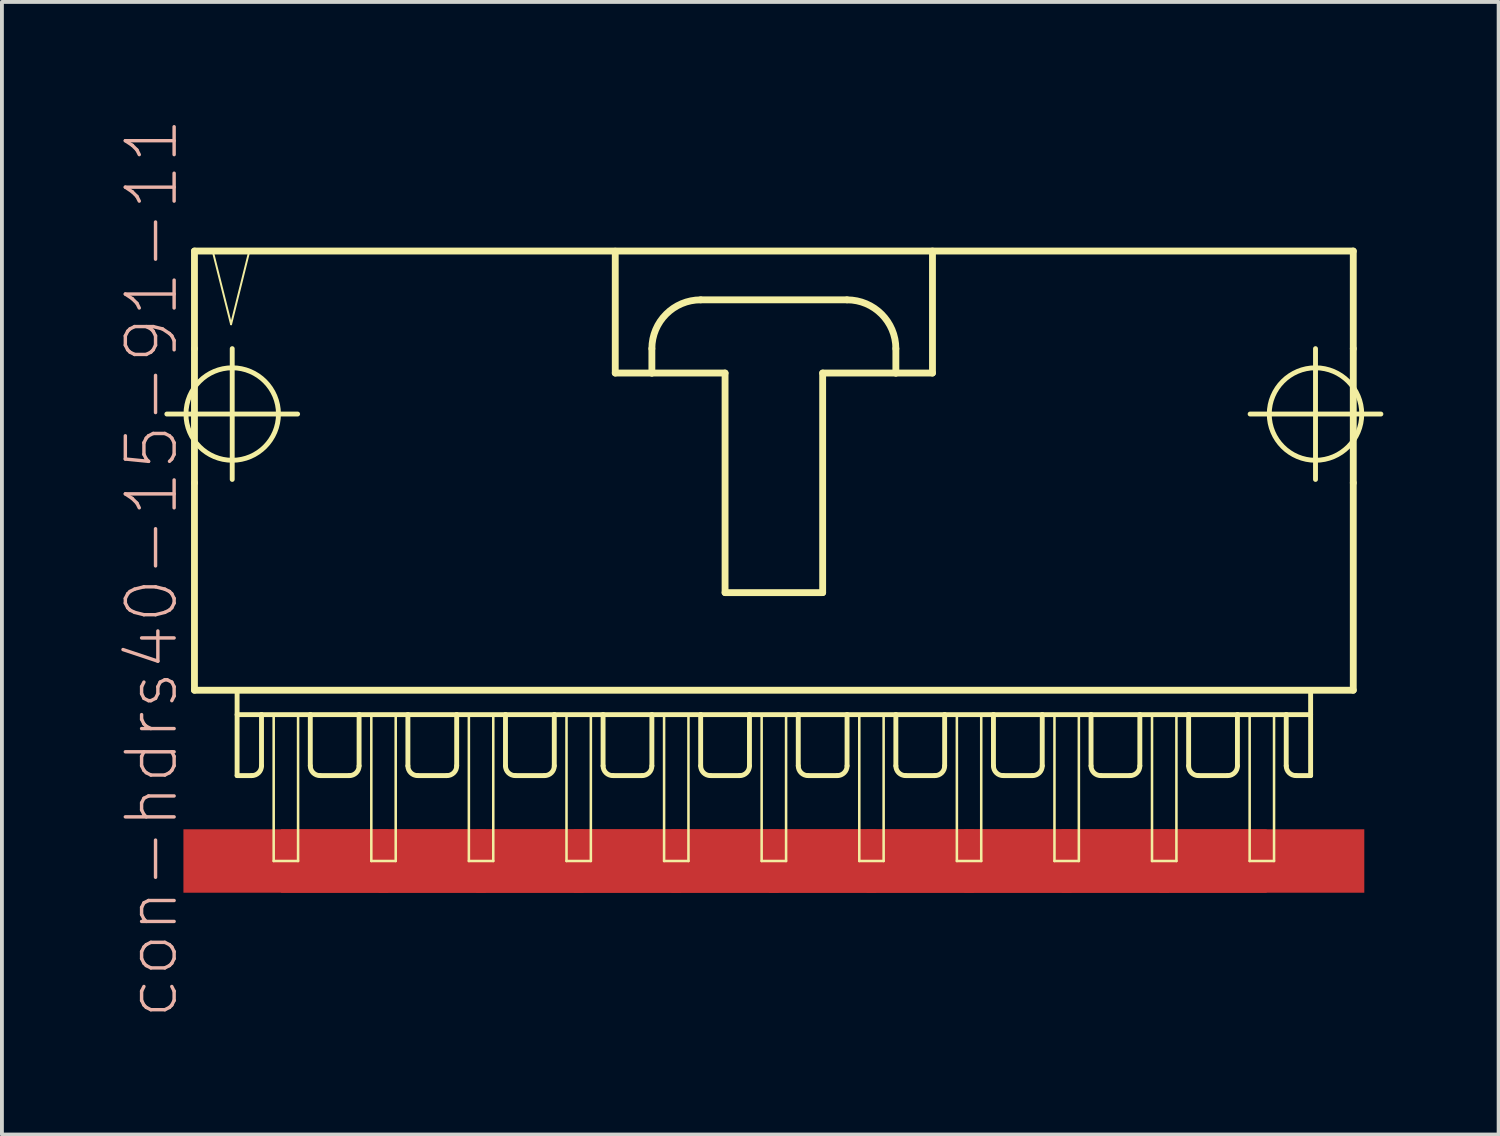
<source format=kicad_pcb>
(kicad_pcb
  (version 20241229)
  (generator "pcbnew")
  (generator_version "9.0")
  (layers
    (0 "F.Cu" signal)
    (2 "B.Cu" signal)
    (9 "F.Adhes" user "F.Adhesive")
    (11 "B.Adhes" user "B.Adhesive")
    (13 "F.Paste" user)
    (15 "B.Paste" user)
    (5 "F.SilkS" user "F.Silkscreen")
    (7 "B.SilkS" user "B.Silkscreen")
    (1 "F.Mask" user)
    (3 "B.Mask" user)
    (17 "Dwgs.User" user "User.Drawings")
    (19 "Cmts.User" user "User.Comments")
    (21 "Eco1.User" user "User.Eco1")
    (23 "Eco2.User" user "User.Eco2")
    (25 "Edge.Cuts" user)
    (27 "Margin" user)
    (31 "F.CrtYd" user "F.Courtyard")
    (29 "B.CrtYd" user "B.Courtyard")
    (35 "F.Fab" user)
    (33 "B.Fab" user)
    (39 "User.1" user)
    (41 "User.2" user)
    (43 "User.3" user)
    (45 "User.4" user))
  (footprint "con-hdrs40-15-91-11"
    (layer "F.Cu")
    (at 17.091 8.564)
    (property "Reference" "con-hdrs40-15-91-11" (at -16.192 3.175 90) (layer "B.SilkS") (effects (font (size 1.27 1.27) (thickness 0.089))))
    (attr smd)
    (fp_line (start -15.799 -0.838) (end -12.395 -0.838) (stroke (width 0.127) (type solid)) (layer "F.SilkS"))
    (fp_line (start -15.08 -5.08) (end -15.08 -2.54) (stroke (width 0.178) (type solid)) (layer "F.SilkS"))
    (fp_line (start -15.08 -2.54) (end -15.08 0.953) (stroke (width 0.178) (type solid)) (layer "F.SilkS"))
    (fp_line (start -15.08 0.953) (end -15.08 6.35) (stroke (width 0.178) (type solid)) (layer "F.SilkS"))
    (fp_line (start -15.08 6.35) (end 15.08 6.35) (stroke (width 0.178) (type solid)) (layer "F.SilkS"))
    (fp_line (start -14.605 -5.08) (end -14.127 -3.175) (stroke (width 0.051) (type solid)) (layer "F.SilkS"))
    (fp_line (start -14.127 -3.175) (end -13.652 -5.08) (stroke (width 0.051) (type solid)) (layer "F.SilkS"))
    (fp_line (start -14.097 0.864) (end -14.097 -2.54) (stroke (width 0.127) (type solid)) (layer "F.SilkS"))
    (fp_line (start -13.97 6.35) (end -13.97 8.572) (stroke (width 0.127) (type solid)) (layer "F.SilkS"))
    (fp_line (start -13.97 6.985) (end -13.335 6.985) (stroke (width 0.127) (type solid)) (layer "F.SilkS"))
    (fp_line (start -13.652 -5.08) (end -14.605 -5.08) (stroke (width 0.051) (type solid)) (layer "F.SilkS"))
    (fp_line (start -13.589 8.572) (end -13.97 8.572) (stroke (width 0.127) (type solid)) (layer "F.SilkS"))
    (fp_line (start -13.335 6.985) (end -13.335 8.319) (stroke (width 0.127) (type solid)) (layer "F.SilkS"))
    (fp_line (start -13.335 6.985) (end -12.065 6.985) (stroke (width 0.127) (type solid)) (layer "F.SilkS"))
    (fp_line (start -13.018 6.985) (end -12.383 6.985) (stroke (width 0.066) (type solid)) (layer "F.SilkS"))
    (fp_line (start -13.018 10.795) (end -13.018 6.985) (stroke (width 0.066) (type solid)) (layer "F.SilkS"))
    (fp_line (start -13.018 10.795) (end -12.383 10.795) (stroke (width 0.066) (type solid)) (layer "F.SilkS"))
    (fp_line (start -12.383 10.795) (end -12.383 6.985) (stroke (width 0.066) (type solid)) (layer "F.SilkS"))
    (fp_line (start -12.065 6.985) (end -12.065 8.319) (stroke (width 0.127) (type solid)) (layer "F.SilkS"))
    (fp_line (start -12.065 6.985) (end -10.795 6.985) (stroke (width 0.127) (type solid)) (layer "F.SilkS"))
    (fp_line (start -11.049 8.572) (end -11.811 8.572) (stroke (width 0.127) (type solid)) (layer "F.SilkS"))
    (fp_line (start -10.795 6.985) (end -10.795 8.319) (stroke (width 0.127) (type solid)) (layer "F.SilkS"))
    (fp_line (start -10.795 6.985) (end -9.525 6.985) (stroke (width 0.127) (type solid)) (layer "F.SilkS"))
    (fp_line (start -10.477 6.985) (end -9.842 6.985) (stroke (width 0.066) (type solid)) (layer "F.SilkS"))
    (fp_line (start -10.477 10.795) (end -10.477 6.985) (stroke (width 0.066) (type solid)) (layer "F.SilkS"))
    (fp_line (start -10.477 10.795) (end -9.842 10.795) (stroke (width 0.066) (type solid)) (layer "F.SilkS"))
    (fp_line (start -9.842 10.795) (end -9.842 6.985) (stroke (width 0.066) (type solid)) (layer "F.SilkS"))
    (fp_line (start -9.525 6.985) (end -9.525 8.319) (stroke (width 0.127) (type solid)) (layer "F.SilkS"))
    (fp_line (start -9.525 6.985) (end -8.255 6.985) (stroke (width 0.127) (type solid)) (layer "F.SilkS"))
    (fp_line (start -8.509 8.572) (end -9.271 8.572) (stroke (width 0.127) (type solid)) (layer "F.SilkS"))
    (fp_line (start -8.255 6.985) (end -8.255 8.319) (stroke (width 0.127) (type solid)) (layer "F.SilkS"))
    (fp_line (start -8.255 6.985) (end -6.985 6.985) (stroke (width 0.127) (type solid)) (layer "F.SilkS"))
    (fp_line (start -7.938 6.985) (end -7.303 6.985) (stroke (width 0.066) (type solid)) (layer "F.SilkS"))
    (fp_line (start -7.938 10.795) (end -7.938 6.985) (stroke (width 0.066) (type solid)) (layer "F.SilkS"))
    (fp_line (start -7.938 10.795) (end -7.303 10.795) (stroke (width 0.066) (type solid)) (layer "F.SilkS"))
    (fp_line (start -7.303 10.795) (end -7.303 6.985) (stroke (width 0.066) (type solid)) (layer "F.SilkS"))
    (fp_line (start -6.985 6.985) (end -6.985 8.319) (stroke (width 0.127) (type solid)) (layer "F.SilkS"))
    (fp_line (start -6.985 6.985) (end -5.715 6.985) (stroke (width 0.127) (type solid)) (layer "F.SilkS"))
    (fp_line (start -5.969 8.572) (end -6.731 8.572) (stroke (width 0.127) (type solid)) (layer "F.SilkS"))
    (fp_line (start -5.715 6.985) (end -5.715 8.319) (stroke (width 0.127) (type solid)) (layer "F.SilkS"))
    (fp_line (start -5.715 6.985) (end -4.445 6.985) (stroke (width 0.127) (type solid)) (layer "F.SilkS"))
    (fp_line (start -5.397 6.985) (end -4.763 6.985) (stroke (width 0.066) (type solid)) (layer "F.SilkS"))
    (fp_line (start -5.397 10.795) (end -5.397 6.985) (stroke (width 0.066) (type solid)) (layer "F.SilkS"))
    (fp_line (start -5.397 10.795) (end -4.763 10.795) (stroke (width 0.066) (type solid)) (layer "F.SilkS"))
    (fp_line (start -4.763 10.795) (end -4.763 6.985) (stroke (width 0.066) (type solid)) (layer "F.SilkS"))
    (fp_line (start -4.445 6.985) (end -4.445 8.319) (stroke (width 0.127) (type solid)) (layer "F.SilkS"))
    (fp_line (start -4.445 6.985) (end -3.175 6.985) (stroke (width 0.127) (type solid)) (layer "F.SilkS"))
    (fp_line (start -4.128 -5.077) (end -4.128 -1.905) (stroke (width 0.178) (type solid)) (layer "F.SilkS"))
    (fp_line (start -4.128 -1.905) (end -3.175 -1.905) (stroke (width 0.178) (type solid)) (layer "F.SilkS"))
    (fp_line (start -3.429 8.572) (end -4.191 8.572) (stroke (width 0.127) (type solid)) (layer "F.SilkS"))
    (fp_line (start -3.175 -1.905) (end -3.175 -2.54) (stroke (width 0.178) (type solid)) (layer "F.SilkS"))
    (fp_line (start -3.175 -1.905) (end -1.27 -1.905) (stroke (width 0.178) (type solid)) (layer "F.SilkS"))
    (fp_line (start -3.175 6.985) (end -3.175 8.319) (stroke (width 0.127) (type solid)) (layer "F.SilkS"))
    (fp_line (start -3.175 6.985) (end -1.905 6.985) (stroke (width 0.127) (type solid)) (layer "F.SilkS"))
    (fp_line (start -2.857 6.985) (end -2.223 6.985) (stroke (width 0.066) (type solid)) (layer "F.SilkS"))
    (fp_line (start -2.857 10.795) (end -2.857 6.985) (stroke (width 0.066) (type solid)) (layer "F.SilkS"))
    (fp_line (start -2.857 10.795) (end -2.223 10.795) (stroke (width 0.066) (type solid)) (layer "F.SilkS"))
    (fp_line (start -2.223 10.795) (end -2.223 6.985) (stroke (width 0.066) (type solid)) (layer "F.SilkS"))
    (fp_line (start -1.905 -3.81) (end 1.905 -3.81) (stroke (width 0.178) (type solid)) (layer "F.SilkS"))
    (fp_line (start -1.905 6.985) (end -1.905 8.319) (stroke (width 0.127) (type solid)) (layer "F.SilkS"))
    (fp_line (start -1.905 6.985) (end -0.635 6.985) (stroke (width 0.127) (type solid)) (layer "F.SilkS"))
    (fp_line (start -1.27 -1.905) (end -1.27 3.81) (stroke (width 0.178) (type solid)) (layer "F.SilkS"))
    (fp_line (start -1.27 3.81) (end 1.27 3.81) (stroke (width 0.178) (type solid)) (layer "F.SilkS"))
    (fp_line (start -0.889 8.572) (end -1.651 8.572) (stroke (width 0.127) (type solid)) (layer "F.SilkS"))
    (fp_line (start -0.635 6.985) (end -0.635 8.319) (stroke (width 0.127) (type solid)) (layer "F.SilkS"))
    (fp_line (start -0.635 6.985) (end 0.635 6.985) (stroke (width 0.127) (type solid)) (layer "F.SilkS"))
    (fp_line (start -0.318 6.985) (end 0.318 6.985) (stroke (width 0.066) (type solid)) (layer "F.SilkS"))
    (fp_line (start -0.318 10.795) (end -0.318 6.985) (stroke (width 0.066) (type solid)) (layer "F.SilkS"))
    (fp_line (start -0.318 10.795) (end 0.318 10.795) (stroke (width 0.066) (type solid)) (layer "F.SilkS"))
    (fp_line (start 0.318 10.795) (end 0.318 6.985) (stroke (width 0.066) (type solid)) (layer "F.SilkS"))
    (fp_line (start 0.635 6.985) (end 0.635 8.319) (stroke (width 0.127) (type solid)) (layer "F.SilkS"))
    (fp_line (start 0.635 6.985) (end 1.905 6.985) (stroke (width 0.127) (type solid)) (layer "F.SilkS"))
    (fp_line (start 1.27 -1.905) (end 3.175 -1.905) (stroke (width 0.178) (type solid)) (layer "F.SilkS"))
    (fp_line (start 1.27 3.81) (end 1.27 -1.905) (stroke (width 0.178) (type solid)) (layer "F.SilkS"))
    (fp_line (start 1.651 8.572) (end 0.889 8.572) (stroke (width 0.127) (type solid)) (layer "F.SilkS"))
    (fp_line (start 1.905 6.985) (end 1.905 8.319) (stroke (width 0.127) (type solid)) (layer "F.SilkS"))
    (fp_line (start 1.905 6.985) (end 3.175 6.985) (stroke (width 0.127) (type solid)) (layer "F.SilkS"))
    (fp_line (start 2.223 6.985) (end 2.857 6.985) (stroke (width 0.066) (type solid)) (layer "F.SilkS"))
    (fp_line (start 2.223 10.795) (end 2.223 6.985) (stroke (width 0.066) (type solid)) (layer "F.SilkS"))
    (fp_line (start 2.223 10.795) (end 2.857 10.795) (stroke (width 0.066) (type solid)) (layer "F.SilkS"))
    (fp_line (start 2.857 10.795) (end 2.857 6.985) (stroke (width 0.066) (type solid)) (layer "F.SilkS"))
    (fp_line (start 3.175 -2.54) (end 3.175 -1.905) (stroke (width 0.178) (type solid)) (layer "F.SilkS"))
    (fp_line (start 3.175 -1.905) (end 4.128 -1.905) (stroke (width 0.178) (type solid)) (layer "F.SilkS"))
    (fp_line (start 3.175 6.985) (end 3.175 8.319) (stroke (width 0.127) (type solid)) (layer "F.SilkS"))
    (fp_line (start 3.175 6.985) (end 4.445 6.985) (stroke (width 0.127) (type solid)) (layer "F.SilkS"))
    (fp_line (start 4.128 -1.905) (end 4.128 -5.08) (stroke (width 0.178) (type solid)) (layer "F.SilkS"))
    (fp_line (start 4.191 8.572) (end 3.429 8.572) (stroke (width 0.127) (type solid)) (layer "F.SilkS"))
    (fp_line (start 4.445 6.985) (end 4.445 8.319) (stroke (width 0.127) (type solid)) (layer "F.SilkS"))
    (fp_line (start 4.445 6.985) (end 5.715 6.985) (stroke (width 0.127) (type solid)) (layer "F.SilkS"))
    (fp_line (start 4.763 6.985) (end 5.397 6.985) (stroke (width 0.066) (type solid)) (layer "F.SilkS"))
    (fp_line (start 4.763 10.795) (end 4.763 6.985) (stroke (width 0.066) (type solid)) (layer "F.SilkS"))
    (fp_line (start 4.763 10.795) (end 5.397 10.795) (stroke (width 0.066) (type solid)) (layer "F.SilkS"))
    (fp_line (start 5.397 10.795) (end 5.397 6.985) (stroke (width 0.066) (type solid)) (layer "F.SilkS"))
    (fp_line (start 5.715 6.985) (end 5.715 8.319) (stroke (width 0.127) (type solid)) (layer "F.SilkS"))
    (fp_line (start 5.715 6.985) (end 6.985 6.985) (stroke (width 0.127) (type solid)) (layer "F.SilkS"))
    (fp_line (start 6.731 8.572) (end 5.969 8.572) (stroke (width 0.127) (type solid)) (layer "F.SilkS"))
    (fp_line (start 6.985 6.985) (end 6.985 8.319) (stroke (width 0.127) (type solid)) (layer "F.SilkS"))
    (fp_line (start 6.985 6.985) (end 8.255 6.985) (stroke (width 0.127) (type solid)) (layer "F.SilkS"))
    (fp_line (start 7.303 6.985) (end 7.938 6.985) (stroke (width 0.066) (type solid)) (layer "F.SilkS"))
    (fp_line (start 7.303 10.795) (end 7.303 6.985) (stroke (width 0.066) (type solid)) (layer "F.SilkS"))
    (fp_line (start 7.303 10.795) (end 7.938 10.795) (stroke (width 0.066) (type solid)) (layer "F.SilkS"))
    (fp_line (start 7.938 10.795) (end 7.938 6.985) (stroke (width 0.066) (type solid)) (layer "F.SilkS"))
    (fp_line (start 8.255 6.985) (end 8.255 8.319) (stroke (width 0.127) (type solid)) (layer "F.SilkS"))
    (fp_line (start 8.255 6.985) (end 9.525 6.985) (stroke (width 0.127) (type solid)) (layer "F.SilkS"))
    (fp_line (start 9.271 8.572) (end 8.509 8.572) (stroke (width 0.127) (type solid)) (layer "F.SilkS"))
    (fp_line (start 9.525 6.985) (end 9.525 8.319) (stroke (width 0.127) (type solid)) (layer "F.SilkS"))
    (fp_line (start 9.525 6.985) (end 10.795 6.985) (stroke (width 0.127) (type solid)) (layer "F.SilkS"))
    (fp_line (start 9.842 6.985) (end 10.477 6.985) (stroke (width 0.066) (type solid)) (layer "F.SilkS"))
    (fp_line (start 9.842 10.795) (end 9.842 6.985) (stroke (width 0.066) (type solid)) (layer "F.SilkS"))
    (fp_line (start 9.842 10.795) (end 10.477 10.795) (stroke (width 0.066) (type solid)) (layer "F.SilkS"))
    (fp_line (start 10.477 10.795) (end 10.477 6.985) (stroke (width 0.066) (type solid)) (layer "F.SilkS"))
    (fp_line (start 10.795 6.985) (end 10.795 8.319) (stroke (width 0.127) (type solid)) (layer "F.SilkS"))
    (fp_line (start 10.795 6.985) (end 12.065 6.985) (stroke (width 0.127) (type solid)) (layer "F.SilkS"))
    (fp_line (start 11.811 8.572) (end 11.049 8.572) (stroke (width 0.127) (type solid)) (layer "F.SilkS"))
    (fp_line (start 12.065 6.985) (end 12.065 8.319) (stroke (width 0.127) (type solid)) (layer "F.SilkS"))
    (fp_line (start 12.065 6.985) (end 13.335 6.985) (stroke (width 0.127) (type solid)) (layer "F.SilkS"))
    (fp_line (start 12.383 6.985) (end 13.018 6.985) (stroke (width 0.066) (type solid)) (layer "F.SilkS"))
    (fp_line (start 12.383 10.795) (end 12.383 6.985) (stroke (width 0.066) (type solid)) (layer "F.SilkS"))
    (fp_line (start 12.383 10.795) (end 13.018 10.795) (stroke (width 0.066) (type solid)) (layer "F.SilkS"))
    (fp_line (start 12.395 -0.838) (end 15.799 -0.838) (stroke (width 0.127) (type solid)) (layer "F.SilkS"))
    (fp_line (start 13.018 10.795) (end 13.018 6.985) (stroke (width 0.066) (type solid)) (layer "F.SilkS"))
    (fp_line (start 13.335 6.985) (end 13.335 8.319) (stroke (width 0.127) (type solid)) (layer "F.SilkS"))
    (fp_line (start 13.335 6.985) (end 13.97 6.985) (stroke (width 0.127) (type solid)) (layer "F.SilkS"))
    (fp_line (start 13.589 8.572) (end 13.97 8.572) (stroke (width 0.127) (type solid)) (layer "F.SilkS"))
    (fp_line (start 13.97 8.572) (end 13.97 6.35) (stroke (width 0.127) (type solid)) (layer "F.SilkS"))
    (fp_line (start 14.097 0.864) (end 14.097 -2.54) (stroke (width 0.127) (type solid)) (layer "F.SilkS"))
    (fp_line (start 15.08 -5.08) (end -15.08 -5.08) (stroke (width 0.178) (type solid)) (layer "F.SilkS"))
    (fp_line (start 15.08 -2.54) (end 15.08 -5.08) (stroke (width 0.178) (type solid)) (layer "F.SilkS"))
    (fp_line (start 15.08 -2.54) (end 15.08 0.953) (stroke (width 0.178) (type solid)) (layer "F.SilkS"))
    (fp_line (start 15.08 6.35) (end 15.08 0.953) (stroke (width 0.178) (type solid)) (layer "F.SilkS"))
    (fp_arc (start -13.335 8.3185) (mid -13.409395 8.498105) (end -13.589 8.5725) (stroke (width 0.127) (type solid)) (layer "F.SilkS"))
    (fp_arc (start -11.811 8.5725) (mid -11.990605 8.498105) (end -12.065 8.3185) (stroke (width 0.127) (type solid)) (layer "F.SilkS"))
    (fp_arc (start -10.795 8.3185) (mid -10.869395 8.498105) (end -11.049 8.5725) (stroke (width 0.127) (type solid)) (layer "F.SilkS"))
    (fp_arc (start -9.271 8.5725) (mid -9.450605 8.498105) (end -9.525 8.3185) (stroke (width 0.127) (type solid)) (layer "F.SilkS"))
    (fp_arc (start -8.255 8.3185) (mid -8.329395 8.498105) (end -8.509 8.5725) (stroke (width 0.127) (type solid)) (layer "F.SilkS"))
    (fp_arc (start -6.731 8.5725) (mid -6.910605 8.498105) (end -6.985 8.3185) (stroke (width 0.127) (type solid)) (layer "F.SilkS"))
    (fp_arc (start -5.715 8.3185) (mid -5.789395 8.498105) (end -5.969 8.5725) (stroke (width 0.127) (type solid)) (layer "F.SilkS"))
    (fp_arc (start -4.191 8.5725) (mid -4.370605 8.498105) (end -4.445 8.3185) (stroke (width 0.127) (type solid)) (layer "F.SilkS"))
    (fp_arc (start -3.175 -2.54) (mid -2.803026 -3.438026) (end -1.905 -3.81) (stroke (width 0.1778) (type solid)) (layer "F.SilkS"))
    (fp_arc (start -3.175 8.3185) (mid -3.249395 8.498105) (end -3.429 8.5725) (stroke (width 0.127) (type solid)) (layer "F.SilkS"))
    (fp_arc (start -1.651 8.5725) (mid -1.830605 8.498105) (end -1.905 8.3185) (stroke (width 0.127) (type solid)) (layer "F.SilkS"))
    (fp_arc (start -0.635 8.3185) (mid -0.709395 8.498105) (end -0.889 8.5725) (stroke (width 0.127) (type solid)) (layer "F.SilkS"))
    (fp_arc (start 0.889 8.5725) (mid 0.709395 8.498105) (end 0.635 8.3185) (stroke (width 0.127) (type solid)) (layer "F.SilkS"))
    (fp_arc (start 1.905 -3.81) (mid 2.803026 -3.438026) (end 3.175 -2.54) (stroke (width 0.1778) (type solid)) (layer "F.SilkS"))
    (fp_arc (start 1.905 8.3185) (mid 1.830605 8.498105) (end 1.651 8.5725) (stroke (width 0.127) (type solid)) (layer "F.SilkS"))
    (fp_arc (start 3.429 8.5725) (mid 3.249395 8.498105) (end 3.175 8.3185) (stroke (width 0.127) (type solid)) (layer "F.SilkS"))
    (fp_arc (start 4.445 8.3185) (mid 4.370605 8.498105) (end 4.191 8.5725) (stroke (width 0.127) (type solid)) (layer "F.SilkS"))
    (fp_arc (start 5.969 8.5725) (mid 5.789395 8.498105) (end 5.715 8.3185) (stroke (width 0.127) (type solid)) (layer "F.SilkS"))
    (fp_arc (start 6.985 8.3185) (mid 6.910605 8.498105) (end 6.731 8.5725) (stroke (width 0.127) (type solid)) (layer "F.SilkS"))
    (fp_arc (start 8.509 8.5725) (mid 8.329395 8.498105) (end 8.255 8.3185) (stroke (width 0.127) (type solid)) (layer "F.SilkS"))
    (fp_arc (start 9.525 8.3185) (mid 9.450605 8.498105) (end 9.271 8.5725) (stroke (width 0.127) (type solid)) (layer "F.SilkS"))
    (fp_arc (start 11.049 8.5725) (mid 10.869395 8.498105) (end 10.795 8.3185) (stroke (width 0.127) (type solid)) (layer "F.SilkS"))
    (fp_arc (start 12.065 8.3185) (mid 11.990605 8.498105) (end 11.811 8.5725) (stroke (width 0.127) (type solid)) (layer "F.SilkS"))
    (fp_arc (start 13.589 8.5725) (mid 13.409395 8.498105) (end 13.335 8.3185) (stroke (width 0.127) (type solid)) (layer "F.SilkS"))
    (fp_circle (center -14.097 -0.838) (end -14.948 -1.689) (stroke (width 0.127) (type solid)) (fill no) (layer "F.SilkS"))
    (fp_circle (center 14.097 -0.838) (end 14.948 -1.689) (stroke (width 0.127) (type solid)) (fill no) (layer "F.SilkS"))
    (pad "1" smd rect (at -12.7 10.795) (size 5.334 1.651) (layers "F.Cu" "F.Mask" "F.Paste"))
    (pad "2" smd rect (at -10.16 10.795) (size 5.334 1.651) (layers "F.Cu" "F.Mask" "F.Paste"))
    (pad "3" smd rect (at -7.62 10.795) (size 5.334 1.651) (layers "F.Cu" "F.Mask" "F.Paste"))
    (pad "4" smd rect (at -5.08 10.795) (size 5.334 1.651) (layers "F.Cu" "F.Mask" "F.Paste"))
    (pad "5" smd rect (at -2.54 10.795) (size 5.334 1.651) (layers "F.Cu" "F.Mask" "F.Paste"))
    (pad "6" smd rect (at 0 10.795) (size 5.334 1.651) (layers "F.Cu" "F.Mask" "F.Paste"))
    (pad "7" smd rect (at 2.54 10.795) (size 5.334 1.651) (layers "F.Cu" "F.Mask" "F.Paste"))
    (pad "8" smd rect (at 5.08 10.795) (size 5.334 1.651) (layers "F.Cu" "F.Mask" "F.Paste"))
    (pad "9" smd rect (at 7.62 10.795) (size 5.334 1.651) (layers "F.Cu" "F.Mask" "F.Paste"))
    (pad "10" smd rect (at 10.16 10.795) (size 5.334 1.651) (layers "F.Cu" "F.Mask" "F.Paste"))
    (pad "11" smd rect (at 12.7 10.795) (size 5.334 1.651) (layers "F.Cu" "F.Mask" "F.Paste")))
  (gr_rect
    (start -3 -3)
    (end 35.954 26.477)
    (stroke (width 0.1) (type default))
    (fill no)
    (layer "Edge.Cuts")))
</source>
